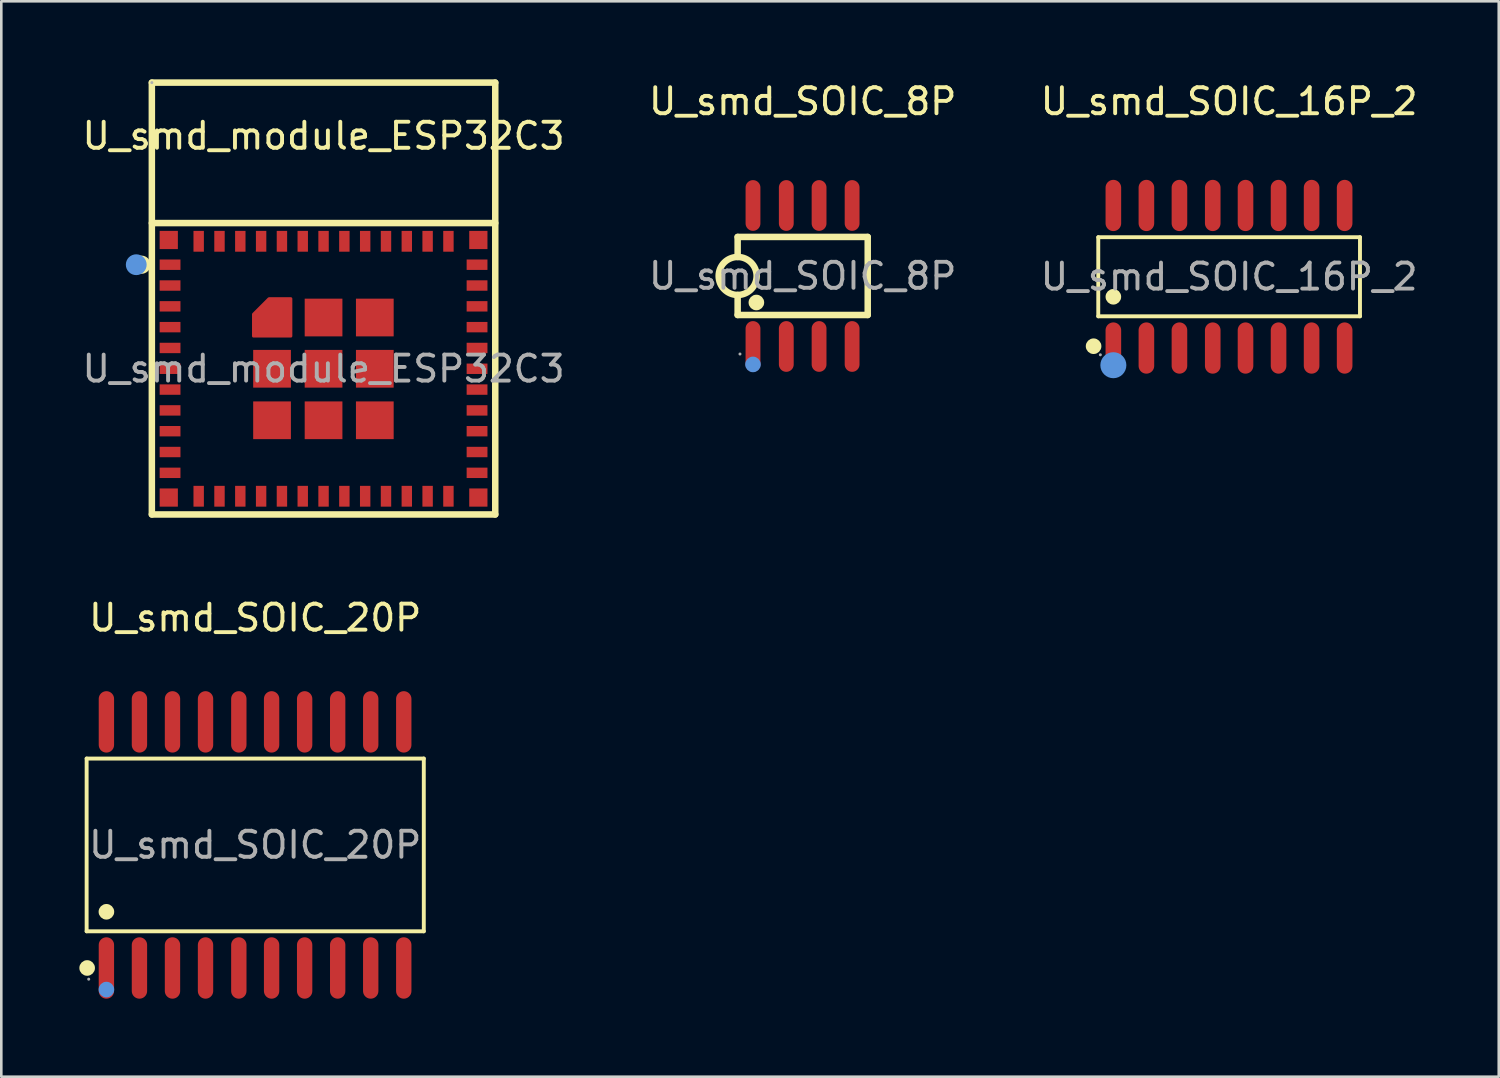
<source format=kicad_pcb>
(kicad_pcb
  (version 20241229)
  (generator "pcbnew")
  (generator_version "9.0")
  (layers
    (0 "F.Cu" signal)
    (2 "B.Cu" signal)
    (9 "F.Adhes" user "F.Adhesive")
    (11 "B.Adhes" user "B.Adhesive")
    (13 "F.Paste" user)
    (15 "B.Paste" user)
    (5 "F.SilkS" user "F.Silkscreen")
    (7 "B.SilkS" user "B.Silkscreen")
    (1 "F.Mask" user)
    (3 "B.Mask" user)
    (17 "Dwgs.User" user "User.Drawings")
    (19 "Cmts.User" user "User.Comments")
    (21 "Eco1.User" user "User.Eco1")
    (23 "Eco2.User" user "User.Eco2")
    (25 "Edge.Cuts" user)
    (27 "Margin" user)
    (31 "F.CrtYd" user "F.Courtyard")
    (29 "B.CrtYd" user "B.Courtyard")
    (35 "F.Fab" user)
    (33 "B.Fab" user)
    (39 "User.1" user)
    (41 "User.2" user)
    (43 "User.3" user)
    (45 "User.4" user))
  (footprint "U_smd_module_ESP32C3"
    (layer "F.Cu")
    (at 9.387 11.125)
    (property "Reference" "U_smd_module_ESP32C3" (at 0 -8.95 0) (layer "F.SilkS") (effects (font (size 1 1) (thickness 0.15))))
    (attr smd)
    (fp_line (start -6.6 -11) (end 6.6 -11) (stroke (width 0.25) (type solid)) (layer "F.SilkS"))
    (fp_line (start -6.6 5.6) (end -6.6 -11) (stroke (width 0.25) (type solid)) (layer "F.SilkS"))
    (fp_line (start -6.6 5.6) (end 6.6 5.6) (stroke (width 0.25) (type solid)) (layer "F.SilkS"))
    (fp_line (start 6.6 -5.6) (end -6.6 -5.6) (stroke (width 0.25) (type solid)) (layer "F.SilkS"))
    (fp_line (start 6.6 5.6) (end 6.6 -11) (stroke (width 0.25) (type solid)) (layer "F.SilkS"))
    (fp_circle (center -7 -4) (end -6.9 -4) (stroke (width 0.25) (type solid)) (fill no) (layer "F.SilkS"))
    (fp_circle (center -7.2 -4) (end -7 -4) (stroke (width 0.4) (type solid)) (fill no) (layer "Cmts.User"))
    (fp_circle (center -6.6 -11) (end -6.57 -11) (stroke (width 0.06) (type solid)) (fill no) (layer "F.Fab"))
    (fp_text user "${REFERENCE}" (at 0 0 0) (layer "F.Fab") (effects (font (size 1 1) (thickness 0.15))))
    (pad "1" smd rect (at -5.9 -4 90) (size 0.4 0.8) (layers "F.Cu" "F.Mask" "F.Paste"))
    (pad "2" smd rect (at -5.9 -3.2 90) (size 0.4 0.8) (layers "F.Cu" "F.Mask" "F.Paste"))
    (pad "3" smd rect (at -5.9 -2.4 90) (size 0.4 0.8) (layers "F.Cu" "F.Mask" "F.Paste"))
    (pad "4" smd rect (at -5.9 -1.6 90) (size 0.4 0.8) (layers "F.Cu" "F.Mask" "F.Paste"))
    (pad "5" smd rect (at -5.9 -0.8 90) (size 0.4 0.8) (layers "F.Cu" "F.Mask" "F.Paste"))
    (pad "6" smd rect (at -5.9 0 90) (size 0.4 0.8) (layers "F.Cu" "F.Mask" "F.Paste"))
    (pad "7" smd rect (at -5.9 0.8 90) (size 0.4 0.8) (layers "F.Cu" "F.Mask" "F.Paste"))
    (pad "8" smd rect (at -5.9 1.6 90) (size 0.4 0.8) (layers "F.Cu" "F.Mask" "F.Paste"))
    (pad "9" smd rect (at -5.9 2.4 90) (size 0.4 0.8) (layers "F.Cu" "F.Mask" "F.Paste"))
    (pad "10" smd rect (at -5.9 3.2 90) (size 0.4 0.8) (layers "F.Cu" "F.Mask" "F.Paste"))
    (pad "11" smd rect (at -5.9 4 90) (size 0.4 0.8) (layers "F.Cu" "F.Mask" "F.Paste"))
    (pad "12" smd rect (at -4.8 4.9 180) (size 0.4 0.8) (layers "F.Cu" "F.Mask" "F.Paste"))
    (pad "13" smd rect (at -4 4.9 180) (size 0.4 0.8) (layers "F.Cu" "F.Mask" "F.Paste"))
    (pad "14" smd rect (at -3.2 4.9 180) (size 0.4 0.8) (layers "F.Cu" "F.Mask" "F.Paste"))
    (pad "15" smd rect (at -2.4 4.9 180) (size 0.4 0.8) (layers "F.Cu" "F.Mask" "F.Paste"))
    (pad "16" smd rect (at -1.6 4.9 180) (size 0.4 0.8) (layers "F.Cu" "F.Mask" "F.Paste"))
    (pad "17" smd rect (at -0.8 4.9 180) (size 0.4 0.8) (layers "F.Cu" "F.Mask" "F.Paste"))
    (pad "18" smd rect (at 0 4.9 180) (size 0.4 0.8) (layers "F.Cu" "F.Mask" "F.Paste"))
    (pad "19" smd rect (at 0.8 4.9 180) (size 0.4 0.8) (layers "F.Cu" "F.Mask" "F.Paste"))
    (pad "20" smd rect (at 1.6 4.9 180) (size 0.4 0.8) (layers "F.Cu" "F.Mask" "F.Paste"))
    (pad "21" smd rect (at 2.4 4.9 180) (size 0.4 0.8) (layers "F.Cu" "F.Mask" "F.Paste"))
    (pad "22" smd rect (at 3.2 4.9 180) (size 0.4 0.8) (layers "F.Cu" "F.Mask" "F.Paste"))
    (pad "23" smd rect (at 4 4.9 180) (size 0.4 0.8) (layers "F.Cu" "F.Mask" "F.Paste"))
    (pad "24" smd rect (at 4.8 4.9 180) (size 0.4 0.8) (layers "F.Cu" "F.Mask" "F.Paste"))
    (pad "25" smd rect (at 5.9 4 270) (size 0.4 0.8) (layers "F.Cu" "F.Mask" "F.Paste"))
    (pad "26" smd rect (at 5.9 3.2 270) (size 0.4 0.8) (layers "F.Cu" "F.Mask" "F.Paste"))
    (pad "27" smd rect (at 5.9 2.4 270) (size 0.4 0.8) (layers "F.Cu" "F.Mask" "F.Paste"))
    (pad "28" smd rect (at 5.9 1.6 270) (size 0.4 0.8) (layers "F.Cu" "F.Mask" "F.Paste"))
    (pad "29" smd rect (at 5.9 0.8 270) (size 0.4 0.8) (layers "F.Cu" "F.Mask" "F.Paste"))
    (pad "30" smd rect (at 5.9 0 270) (size 0.4 0.8) (layers "F.Cu" "F.Mask" "F.Paste"))
    (pad "31" smd rect (at 5.9 -0.8 270) (size 0.4 0.8) (layers "F.Cu" "F.Mask" "F.Paste"))
    (pad "32" smd rect (at 5.9 -1.6 270) (size 0.4 0.8) (layers "F.Cu" "F.Mask" "F.Paste"))
    (pad "33" smd rect (at 5.9 -2.4 270) (size 0.4 0.8) (layers "F.Cu" "F.Mask" "F.Paste"))
    (pad "34" smd rect (at 5.9 -3.2 270) (size 0.4 0.8) (layers "F.Cu" "F.Mask" "F.Paste"))
    (pad "35" smd rect (at 5.9 -4 270) (size 0.4 0.8) (layers "F.Cu" "F.Mask" "F.Paste"))
    (pad "36" smd rect (at 4.8 -4.9) (size 0.4 0.8) (layers "F.Cu" "F.Mask" "F.Paste"))
    (pad "37" smd rect (at 4 -4.9) (size 0.4 0.8) (layers "F.Cu" "F.Mask" "F.Paste"))
    (pad "38" smd rect (at 3.2 -4.9) (size 0.4 0.8) (layers "F.Cu" "F.Mask" "F.Paste"))
    (pad "39" smd rect (at 2.4 -4.9) (size 0.4 0.8) (layers "F.Cu" "F.Mask" "F.Paste"))
    (pad "40" smd rect (at 1.6 -4.9) (size 0.4 0.8) (layers "F.Cu" "F.Mask" "F.Paste"))
    (pad "41" smd rect (at 0.8 -4.9) (size 0.4 0.8) (layers "F.Cu" "F.Mask" "F.Paste"))
    (pad "42" smd rect (at 0 -4.9) (size 0.4 0.8) (layers "F.Cu" "F.Mask" "F.Paste"))
    (pad "43" smd rect (at -0.8 -4.9) (size 0.4 0.8) (layers "F.Cu" "F.Mask" "F.Paste"))
    (pad "44" smd rect (at -1.6 -4.9) (size 0.4 0.8) (layers "F.Cu" "F.Mask" "F.Paste"))
    (pad "45" smd rect (at -2.4 -4.9) (size 0.4 0.8) (layers "F.Cu" "F.Mask" "F.Paste"))
    (pad "46" smd rect (at -3.2 -4.9) (size 0.4 0.8) (layers "F.Cu" "F.Mask" "F.Paste"))
    (pad "47" smd rect (at -4 -4.9) (size 0.4 0.8) (layers "F.Cu" "F.Mask" "F.Paste"))
    (pad "48" smd rect (at -4.8 -4.9) (size 0.4 0.8) (layers "F.Cu" "F.Mask" "F.Paste"))
    (pad "49" smd custom (at -1.98 -1.98) (size 0.01 0.01) (layers "F.Cu" "F.Mask" "F.Paste") (options (anchor circle)) (primitives (gr_poly (pts (xy -0.72 -0.12) (xy -0.12 -0.72) (xy 0.73 -0.72) (xy 0.73 0.73) (xy -0.72 0.73)) (width 0.1) (fill yes))))
    (pad "49" smd rect (at -1.98 0) (size 1.45 1.45) (layers "F.Cu" "F.Mask" "F.Paste"))
    (pad "49" smd rect (at -1.98 1.98) (size 1.45 1.45) (layers "F.Cu" "F.Mask" "F.Paste"))
    (pad "49" smd rect (at 0 -1.97) (size 1.45 1.45) (layers "F.Cu" "F.Mask" "F.Paste"))
    (pad "49" smd rect (at 0 0) (size 1.45 1.45) (layers "F.Cu" "F.Mask" "F.Paste"))
    (pad "49" smd rect (at 0 1.98) (size 1.45 1.45) (layers "F.Cu" "F.Mask" "F.Paste"))
    (pad "49" smd rect (at 1.97 -1.97) (size 1.45 1.45) (layers "F.Cu" "F.Mask" "F.Paste"))
    (pad "49" smd rect (at 1.97 0) (size 1.45 1.45) (layers "F.Cu" "F.Mask" "F.Paste"))
    (pad "49" smd rect (at 1.97 1.98) (size 1.45 1.45) (layers "F.Cu" "F.Mask" "F.Paste"))
    (pad "50" smd rect (at 5.95 -4.95) (size 0.7 0.7) (layers "F.Cu" "F.Mask" "F.Paste"))
    (pad "51" smd rect (at 5.95 4.95) (size 0.7 0.7) (layers "F.Cu" "F.Mask" "F.Paste"))
    (pad "52" smd rect (at -5.95 4.95) (size 0.7 0.7) (layers "F.Cu" "F.Mask" "F.Paste"))
    (pad "53" smd rect (at -5.95 -4.95) (size 0.7 0.7) (layers "F.Cu" "F.Mask" "F.Paste")))
  (footprint "U_smd_SOIC_16P_2"
    (layer "F.Cu")
    (at 44.196 7.588)
    (property "Reference" "U_smd_SOIC_16P_2" (at 0 -6.74 0) (layer "F.SilkS") (effects (font (size 1 1) (thickness 0.15))))
    (attr smd)
    (fp_line (start -5.03 -1.52) (end 5.03 -1.52) (stroke (width 0.15) (type solid)) (layer "F.SilkS"))
    (fp_line (start -5.03 1.52) (end -5.03 -1.52) (stroke (width 0.15) (type solid)) (layer "F.SilkS"))
    (fp_line (start 5.03 -1.52) (end 5.03 1.52) (stroke (width 0.15) (type solid)) (layer "F.SilkS"))
    (fp_line (start 5.03 1.52) (end -5.03 1.52) (stroke (width 0.15) (type solid)) (layer "F.SilkS"))
    (fp_circle (center -5.21 2.67) (end -5.06 2.67) (stroke (width 0.3) (type solid)) (fill no) (layer "F.SilkS"))
    (fp_circle (center -4.45 0.77) (end -4.3 0.77) (stroke (width 0.3) (type solid)) (fill no) (layer "F.SilkS"))
    (fp_circle (center -4.45 3.4) (end -4.2 3.4) (stroke (width 0.5) (type solid)) (fill no) (layer "Cmts.User"))
    (fp_circle (center -4.95 3) (end -4.92 3) (stroke (width 0.06) (type solid)) (fill no) (layer "F.Fab"))
    (fp_text user "${REFERENCE}" (at 0 0 0) (layer "F.Fab") (effects (font (size 1 1) (thickness 0.15))))
    (pad "1" smd oval (at -4.45 2.74) (size 0.6 1.97) (layers "F.Cu" "F.Mask" "F.Paste"))
    (pad "2" smd oval (at -3.18 2.74) (size 0.6 1.97) (layers "F.Cu" "F.Mask" "F.Paste"))
    (pad "3" smd oval (at -1.91 2.74) (size 0.6 1.97) (layers "F.Cu" "F.Mask" "F.Paste"))
    (pad "4" smd oval (at -0.63 2.74) (size 0.6 1.97) (layers "F.Cu" "F.Mask" "F.Paste"))
    (pad "5" smd oval (at 0.63 2.74) (size 0.6 1.97) (layers "F.Cu" "F.Mask" "F.Paste"))
    (pad "6" smd oval (at 1.9 2.74) (size 0.6 1.97) (layers "F.Cu" "F.Mask" "F.Paste"))
    (pad "7" smd oval (at 3.17 2.74) (size 0.6 1.97) (layers "F.Cu" "F.Mask" "F.Paste"))
    (pad "8" smd oval (at 4.44 2.74) (size 0.6 1.97) (layers "F.Cu" "F.Mask" "F.Paste"))
    (pad "9" smd oval (at 4.44 -2.74) (size 0.6 1.97) (layers "F.Cu" "F.Mask" "F.Paste"))
    (pad "10" smd oval (at 3.17 -2.74) (size 0.6 1.97) (layers "F.Cu" "F.Mask" "F.Paste"))
    (pad "11" smd oval (at 1.9 -2.74) (size 0.6 1.97) (layers "F.Cu" "F.Mask" "F.Paste"))
    (pad "12" smd oval (at 0.63 -2.74) (size 0.6 1.97) (layers "F.Cu" "F.Mask" "F.Paste"))
    (pad "13" smd oval (at -0.63 -2.74) (size 0.6 1.97) (layers "F.Cu" "F.Mask" "F.Paste"))
    (pad "14" smd oval (at -1.91 -2.74) (size 0.6 1.97) (layers "F.Cu" "F.Mask" "F.Paste"))
    (pad "15" smd oval (at -3.18 -2.74) (size 0.6 1.97) (layers "F.Cu" "F.Mask" "F.Paste"))
    (pad "16" smd oval (at -4.45 -2.74) (size 0.6 1.97) (layers "F.Cu" "F.Mask" "F.Paste")))
  (footprint "U_smd_SOIC_8P"
    (layer "F.Cu")
    (at 27.804 7.558)
    (property "Reference" "U_smd_SOIC_8P" (at 0 -6.71 0) (layer "F.SilkS") (effects (font (size 1 1) (thickness 0.15))))
    (attr smd)
    (fp_line (start -2.5 -1.5) (end -2.5 -0.73) (stroke (width 0.25) (type solid)) (layer "F.SilkS"))
    (fp_line (start -2.5 -1.5) (end 2.5 -1.5) (stroke (width 0.25) (type solid)) (layer "F.SilkS"))
    (fp_line (start -2.5 1.5) (end -2.5 0.73) (stroke (width 0.25) (type solid)) (layer "F.SilkS"))
    (fp_line (start -2.5 1.5) (end 2.5 1.5) (stroke (width 0.25) (type solid)) (layer "F.SilkS"))
    (fp_line (start 2.5 -1.5) (end 2.5 1.5) (stroke (width 0.25) (type solid)) (layer "F.SilkS"))
    (fp_arc (start -2.48726 -0.729889) (mid -2.50637 0.729972) (end -2.5 -0.73) (stroke (width 0.25) (type solid)) (layer "F.SilkS"))
    (fp_circle (center -1.78 1.02) (end -1.63 1.02) (stroke (width 0.3) (type solid)) (fill no) (layer "F.SilkS"))
    (fp_circle (center -1.91 3.4) (end -1.76 3.4) (stroke (width 0.3) (type solid)) (fill no) (layer "Cmts.User"))
    (fp_circle (center -2.41 3) (end -2.38 3) (stroke (width 0.06) (type solid)) (fill no) (layer "F.Fab"))
    (fp_text user "${REFERENCE}" (at 0 0 0) (layer "F.Fab") (effects (font (size 1 1) (thickness 0.15))))
    (pad "1" smd oval (at -1.91 2.71) (size 0.57 1.95) (layers "F.Cu" "F.Mask" "F.Paste"))
    (pad "2" smd oval (at -0.63 2.71) (size 0.57 1.95) (layers "F.Cu" "F.Mask" "F.Paste"))
    (pad "3" smd oval (at 0.63 2.71) (size 0.57 1.95) (layers "F.Cu" "F.Mask" "F.Paste"))
    (pad "4" smd oval (at 1.9 2.71) (size 0.57 1.95) (layers "F.Cu" "F.Mask" "F.Paste"))
    (pad "5" smd oval (at 1.9 -2.71) (size 0.57 1.95) (layers "F.Cu" "F.Mask" "F.Paste"))
    (pad "6" smd oval (at 0.63 -2.71) (size 0.57 1.95) (layers "F.Cu" "F.Mask" "F.Paste"))
    (pad "7" smd oval (at -0.63 -2.71) (size 0.57 1.95) (layers "F.Cu" "F.Mask" "F.Paste"))
    (pad "8" smd oval (at -1.91 -2.71) (size 0.57 1.95) (layers "F.Cu" "F.Mask" "F.Paste")))
  (footprint "U_smd_SOIC_20P"
    (layer "F.Cu")
    (at 6.76 29.428)
    (property "Reference" "U_smd_SOIC_20P" (at 0 -8.73 0) (layer "F.SilkS") (effects (font (size 1 1) (thickness 0.15))))
    (attr smd)
    (fp_line (start -6.48 -3.32) (end 6.48 -3.32) (stroke (width 0.15) (type solid)) (layer "F.SilkS"))
    (fp_line (start -6.48 3.32) (end -6.48 -3.32) (stroke (width 0.15) (type solid)) (layer "F.SilkS"))
    (fp_line (start 6.48 -3.32) (end 6.48 3.32) (stroke (width 0.15) (type solid)) (layer "F.SilkS"))
    (fp_line (start 6.48 3.32) (end -6.48 3.32) (stroke (width 0.15) (type solid)) (layer "F.SilkS"))
    (fp_circle (center -6.46 4.73) (end -6.31 4.73) (stroke (width 0.3) (type solid)) (fill no) (layer "F.SilkS"))
    (fp_circle (center -5.72 2.57) (end -5.57 2.57) (stroke (width 0.3) (type solid)) (fill no) (layer "F.SilkS"))
    (fp_circle (center -5.72 5.56) (end -5.57 5.56) (stroke (width 0.3) (type solid)) (fill no) (layer "Cmts.User"))
    (fp_circle (center -6.4 5.16) (end -6.37 5.16) (stroke (width 0.06) (type solid)) (fill no) (layer "F.Fab"))
    (fp_text user "${REFERENCE}" (at 0 0 0) (layer "F.Fab") (effects (font (size 1 1) (thickness 0.15))))
    (pad "1" smd oval (at -5.72 4.73) (size 0.59 2.36) (layers "F.Cu" "F.Mask" "F.Paste"))
    (pad "2" smd oval (at -4.45 4.73) (size 0.59 2.36) (layers "F.Cu" "F.Mask" "F.Paste"))
    (pad "3" smd oval (at -3.18 4.73) (size 0.59 2.36) (layers "F.Cu" "F.Mask" "F.Paste"))
    (pad "4" smd oval (at -1.91 4.73) (size 0.59 2.36) (layers "F.Cu" "F.Mask" "F.Paste"))
    (pad "5" smd oval (at -0.63 4.73) (size 0.59 2.36) (layers "F.Cu" "F.Mask" "F.Paste"))
    (pad "6" smd oval (at 0.63 4.73) (size 0.59 2.36) (layers "F.Cu" "F.Mask" "F.Paste"))
    (pad "7" smd oval (at 1.9 4.73) (size 0.59 2.36) (layers "F.Cu" "F.Mask" "F.Paste"))
    (pad "8" smd oval (at 3.17 4.73) (size 0.59 2.36) (layers "F.Cu" "F.Mask" "F.Paste"))
    (pad "9" smd oval (at 4.44 4.73) (size 0.59 2.36) (layers "F.Cu" "F.Mask" "F.Paste"))
    (pad "10" smd oval (at 5.71 4.73) (size 0.59 2.36) (layers "F.Cu" "F.Mask" "F.Paste"))
    (pad "11" smd oval (at 5.71 -4.73) (size 0.59 2.36) (layers "F.Cu" "F.Mask" "F.Paste"))
    (pad "12" smd oval (at 4.44 -4.73) (size 0.59 2.36) (layers "F.Cu" "F.Mask" "F.Paste"))
    (pad "13" smd oval (at 3.17 -4.73) (size 0.59 2.36) (layers "F.Cu" "F.Mask" "F.Paste"))
    (pad "14" smd oval (at 1.9 -4.73) (size 0.59 2.36) (layers "F.Cu" "F.Mask" "F.Paste"))
    (pad "15" smd oval (at 0.63 -4.73) (size 0.59 2.36) (layers "F.Cu" "F.Mask" "F.Paste"))
    (pad "16" smd oval (at -0.63 -4.73) (size 0.59 2.36) (layers "F.Cu" "F.Mask" "F.Paste"))
    (pad "17" smd oval (at -1.91 -4.73) (size 0.59 2.36) (layers "F.Cu" "F.Mask" "F.Paste"))
    (pad "18" smd oval (at -3.18 -4.73) (size 0.59 2.36) (layers "F.Cu" "F.Mask" "F.Paste"))
    (pad "19" smd oval (at -4.45 -4.73) (size 0.59 2.36) (layers "F.Cu" "F.Mask" "F.Paste"))
    (pad "20" smd oval (at -5.72 -4.73) (size 0.59 2.36) (layers "F.Cu" "F.Mask" "F.Paste")))
  (gr_rect
    (start -3 -3)
    (end 54.56 38.338)
    (stroke (width 0.1) (type default))
    (fill no)
    (layer "Edge.Cuts")))
</source>
